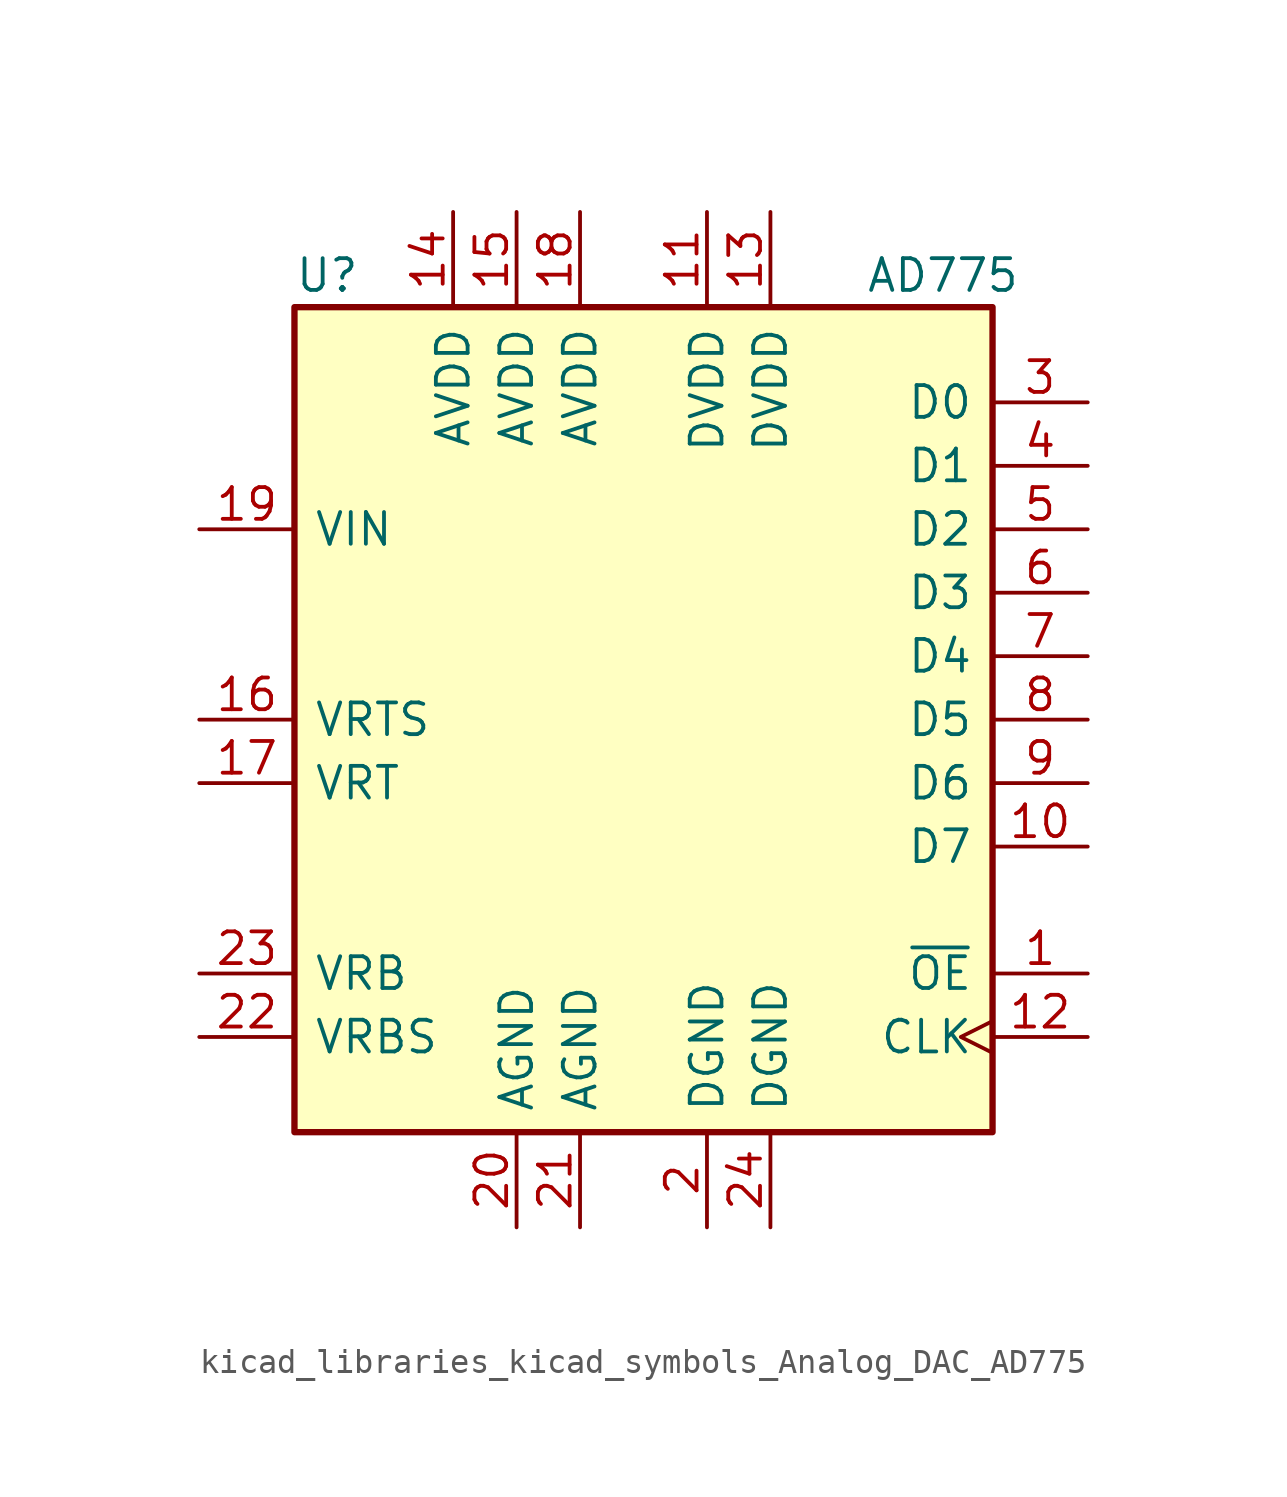
<source format=kicad_sym>
(kicad_symbol_lib
  (version 20220914)
  (generator kicad_symbol_editor)
  (symbol "kicad_libraries_kicad_symbols_Analog_DAC_AD775"
    (pin_names
      (offset 0.762))
    (property "Reference" "U"
      (at -13.97 17.78 0)
      (effects (font (size 1.27 1.27)) (justify left)))
    (property "Value" "AD775"
      (at 8.89 17.78 0)
      (effects (font (size 1.27 1.27)) (justify left)))
    (symbol "kicad_libraries_kicad_symbols_Analog_DAC_AD775_0_1"
      (rectangle (start -13.97 -16.51) (end 13.97 16.51) (stroke (width 0.254) (type default)) (fill (type background))))
    (symbol "kicad_libraries_kicad_symbols_Analog_DAC_AD775_1_1"
      (pin input line (at 17.78 -10.16 180) (length 3.81) (name "~{OE}" (effects (font (size 1.27 1.27)))) (number "1" (effects (font (size 1.27 1.27)))))
      (pin tri_state line (at 17.78 -5.08 180) (length 3.81) (name "D7" (effects (font (size 1.27 1.27)))) (number "10" (effects (font (size 1.27 1.27)))))
      (pin power_in line (at 2.54 20.32 270) (length 3.81) (name "DVDD" (effects (font (size 1.27 1.27)))) (number "11" (effects (font (size 1.27 1.27)))))
      (pin input clock (at 17.78 -12.7 180) (length 3.81) (name "CLK" (effects (font (size 1.27 1.27)))) (number "12" (effects (font (size 1.27 1.27)))))
      (pin power_in line (at 5.08 20.32 270) (length 3.81) (name "DVDD" (effects (font (size 1.27 1.27)))) (number "13" (effects (font (size 1.27 1.27)))))
      (pin power_in line (at -7.62 20.32 270) (length 3.81) (name "AVDD" (effects (font (size 1.27 1.27)))) (number "14" (effects (font (size 1.27 1.27)))))
      (pin power_in line (at -5.08 20.32 270) (length 3.81) (name "AVDD" (effects (font (size 1.27 1.27)))) (number "15" (effects (font (size 1.27 1.27)))))
      (pin input line (at -17.78 0 0) (length 3.81) (name "VRTS" (effects (font (size 1.27 1.27)))) (number "16" (effects (font (size 1.27 1.27)))))
      (pin input line (at -17.78 -2.54 0) (length 3.81) (name "VRT" (effects (font (size 1.27 1.27)))) (number "17" (effects (font (size 1.27 1.27)))))
      (pin power_in line (at -2.54 20.32 270) (length 3.81) (name "AVDD" (effects (font (size 1.27 1.27)))) (number "18" (effects (font (size 1.27 1.27)))))
      (pin input line (at -17.78 7.62 0) (length 3.81) (name "VIN" (effects (font (size 1.27 1.27)))) (number "19" (effects (font (size 1.27 1.27)))))
      (pin power_in line (at 2.54 -20.32 90) (length 3.81) (name "DGND" (effects (font (size 1.27 1.27)))) (number "2" (effects (font (size 1.27 1.27)))))
      (pin power_in line (at -5.08 -20.32 90) (length 3.81) (name "AGND" (effects (font (size 1.27 1.27)))) (number "20" (effects (font (size 1.27 1.27)))))
      (pin power_in line (at -2.54 -20.32 90) (length 3.81) (name "AGND" (effects (font (size 1.27 1.27)))) (number "21" (effects (font (size 1.27 1.27)))))
      (pin input line (at -17.78 -12.7 0) (length 3.81) (name "VRBS" (effects (font (size 1.27 1.27)))) (number "22" (effects (font (size 1.27 1.27)))))
      (pin input line (at -17.78 -10.16 0) (length 3.81) (name "VRB" (effects (font (size 1.27 1.27)))) (number "23" (effects (font (size 1.27 1.27)))))
      (pin power_in line (at 5.08 -20.32 90) (length 3.81) (name "DGND" (effects (font (size 1.27 1.27)))) (number "24" (effects (font (size 1.27 1.27)))))
      (pin tri_state line (at 17.78 12.7 180) (length 3.81) (name "D0" (effects (font (size 1.27 1.27)))) (number "3" (effects (font (size 1.27 1.27)))))
      (pin tri_state line (at 17.78 10.16 180) (length 3.81) (name "D1" (effects (font (size 1.27 1.27)))) (number "4" (effects (font (size 1.27 1.27)))))
      (pin tri_state line (at 17.78 7.62 180) (length 3.81) (name "D2" (effects (font (size 1.27 1.27)))) (number "5" (effects (font (size 1.27 1.27)))))
      (pin tri_state line (at 17.78 5.08 180) (length 3.81) (name "D3" (effects (font (size 1.27 1.27)))) (number "6" (effects (font (size 1.27 1.27)))))
      (pin tri_state line (at 17.78 2.54 180) (length 3.81) (name "D4" (effects (font (size 1.27 1.27)))) (number "7" (effects (font (size 1.27 1.27)))))
      (pin tri_state line (at 17.78 0 180) (length 3.81) (name "D5" (effects (font (size 1.27 1.27)))) (number "8" (effects (font (size 1.27 1.27)))))
      (pin tri_state line (at 17.78 -2.54 180) (length 3.81) (name "D6" (effects (font (size 1.27 1.27)))) (number "9" (effects (font (size 1.27 1.27))))))))
</source>
